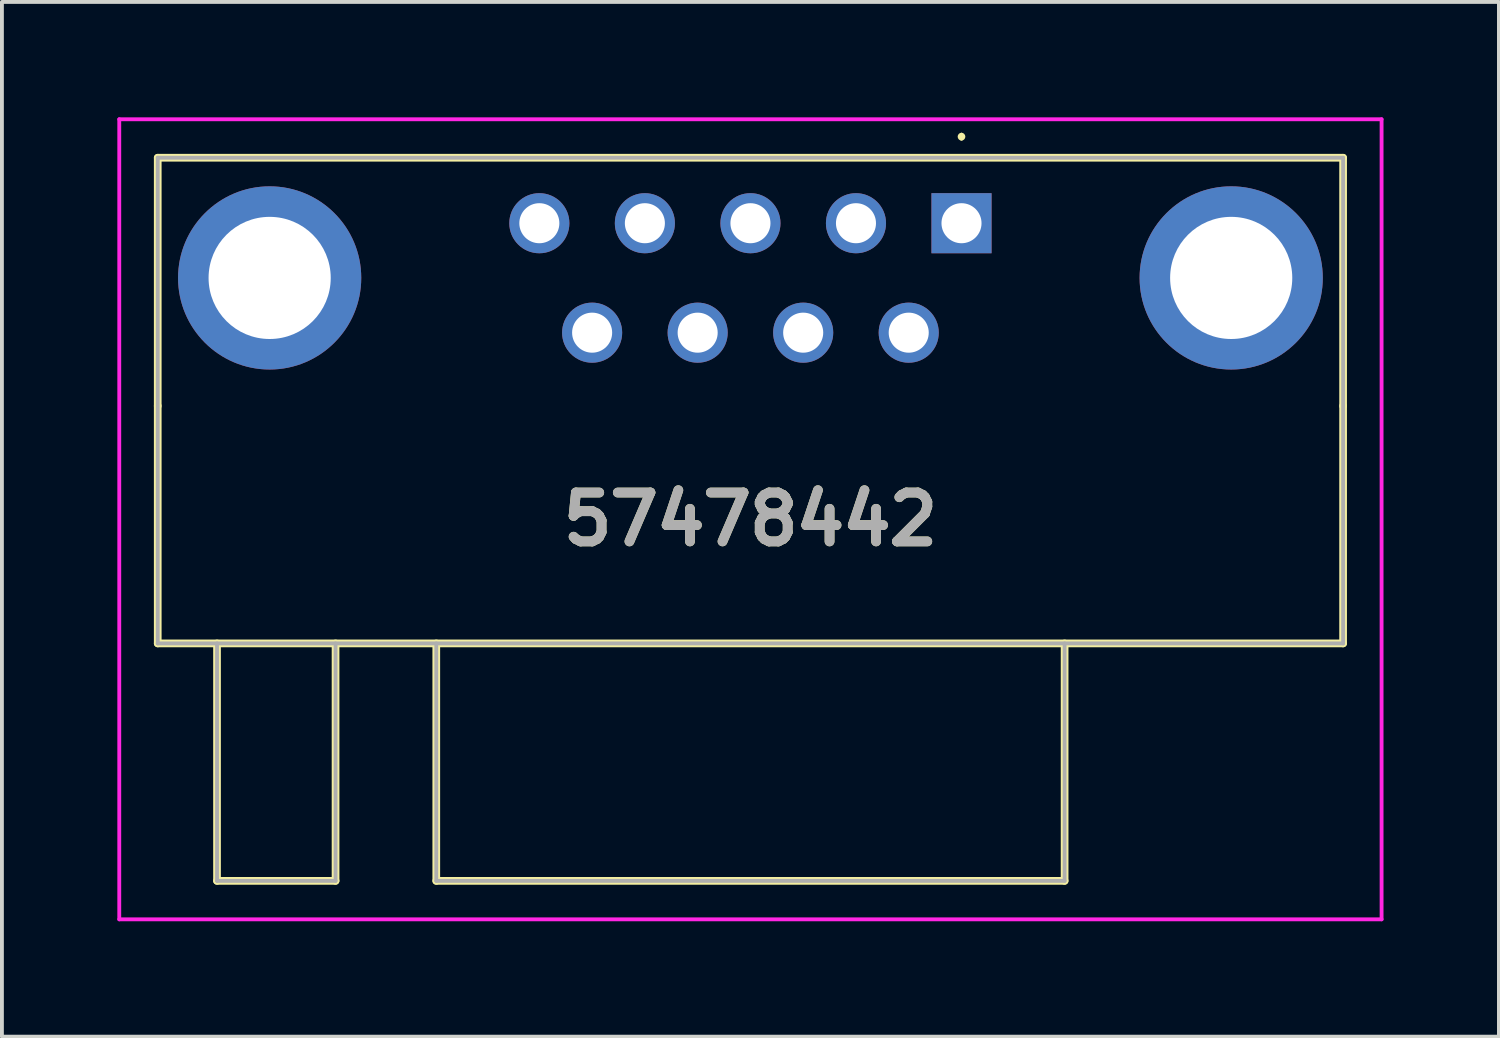
<source format=kicad_pcb>
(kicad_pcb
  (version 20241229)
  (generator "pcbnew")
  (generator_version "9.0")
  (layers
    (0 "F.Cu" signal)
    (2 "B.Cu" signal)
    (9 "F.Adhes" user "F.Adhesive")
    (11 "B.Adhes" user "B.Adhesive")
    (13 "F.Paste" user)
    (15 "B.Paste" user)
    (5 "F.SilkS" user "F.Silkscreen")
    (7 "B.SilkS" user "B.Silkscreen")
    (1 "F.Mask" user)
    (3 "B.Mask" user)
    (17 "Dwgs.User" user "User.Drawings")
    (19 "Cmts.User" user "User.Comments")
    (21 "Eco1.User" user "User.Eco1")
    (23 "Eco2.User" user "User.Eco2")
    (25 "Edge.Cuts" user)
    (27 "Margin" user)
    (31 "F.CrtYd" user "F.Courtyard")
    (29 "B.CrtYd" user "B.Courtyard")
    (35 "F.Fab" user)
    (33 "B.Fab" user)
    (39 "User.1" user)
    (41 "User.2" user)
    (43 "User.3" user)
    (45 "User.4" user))
  (footprint "57478442"
    (layer "F.Cu")
    (at 21.942 2.752)
    (property "Reference" "57478442" (at -5.486 7.696 0) (layer "F.SilkS") (effects (font (size 1.27 1.27) (thickness 0.254))))
    (attr through_hole)
    (fp_line (start -20.892 -1.702) (end -20.892 4.75) (stroke (width 0.2) (type solid)) (layer "F.SilkS"))
    (fp_line (start -20.892 4.75) (end -20.892 10.922) (stroke (width 0.2) (type solid)) (layer "F.SilkS"))
    (fp_line (start -20.892 10.922) (end 9.919 10.922) (stroke (width 0.2) (type solid)) (layer "F.SilkS"))
    (fp_line (start -19.351 17.094) (end -19.351 10.922) (stroke (width 0.2) (type solid)) (layer "F.SilkS"))
    (fp_line (start -16.27 10.922) (end -16.27 17.094) (stroke (width 0.2) (type solid)) (layer "F.SilkS"))
    (fp_line (start -16.27 17.094) (end -19.351 17.094) (stroke (width 0.2) (type solid)) (layer "F.SilkS"))
    (fp_line (start -13.652 10.922) (end -13.652 17.094) (stroke (width 0.2) (type solid)) (layer "F.SilkS"))
    (fp_line (start -13.652 17.094) (end 2.68 17.094) (stroke (width 0.2) (type solid)) (layer "F.SilkS"))
    (fp_line (start 0 -2.3) (end 0 -2.3) (stroke (width 0.1) (type solid)) (layer "F.SilkS"))
    (fp_line (start 0 -2.2) (end 0 -2.2) (stroke (width 0.1) (type solid)) (layer "F.SilkS"))
    (fp_line (start 2.68 17.094) (end 2.68 10.922) (stroke (width 0.2) (type solid)) (layer "F.SilkS"))
    (fp_line (start 9.919 -1.702) (end -20.892 -1.702) (stroke (width 0.2) (type solid)) (layer "F.SilkS"))
    (fp_line (start 9.919 4.75) (end 9.919 -1.702) (stroke (width 0.2) (type solid)) (layer "F.SilkS"))
    (fp_line (start 9.919 10.922) (end 9.919 4.75) (stroke (width 0.2) (type solid)) (layer "F.SilkS"))
    (fp_arc (start 0 -2.3) (mid 0.05 -2.25) (end 0 -2.2) (stroke (width 0.1) (type solid)) (layer "F.SilkS"))
    (fp_arc (start 0 -2.2) (mid -0.05 -2.25) (end 0 -2.3) (stroke (width 0.1) (type solid)) (layer "F.SilkS"))
    (fp_line (start -21.892 -2.702) (end 10.919 -2.702) (stroke (width 0.1) (type solid)) (layer "F.CrtYd"))
    (fp_line (start -21.892 18.094) (end -21.892 -2.702) (stroke (width 0.1) (type solid)) (layer "F.CrtYd"))
    (fp_line (start 10.919 -2.702) (end 10.919 18.094) (stroke (width 0.1) (type solid)) (layer "F.CrtYd"))
    (fp_line (start 10.919 18.094) (end -21.892 18.094) (stroke (width 0.1) (type solid)) (layer "F.CrtYd"))
    (fp_line (start -20.892 -1.702) (end 9.919 -1.702) (stroke (width 0.1) (type solid)) (layer "F.Fab"))
    (fp_line (start -20.892 10.922) (end -20.892 -1.702) (stroke (width 0.1) (type solid)) (layer "F.Fab"))
    (fp_line (start -19.351 17.094) (end -19.351 10.922) (stroke (width 0.1) (type solid)) (layer "F.Fab"))
    (fp_line (start -16.27 10.922) (end -16.27 17.094) (stroke (width 0.1) (type solid)) (layer "F.Fab"))
    (fp_line (start -16.27 17.094) (end -19.351 17.094) (stroke (width 0.1) (type solid)) (layer "F.Fab"))
    (fp_line (start -13.652 17.094) (end -13.652 10.922) (stroke (width 0.1) (type solid)) (layer "F.Fab"))
    (fp_line (start 2.68 10.922) (end 2.68 17.094) (stroke (width 0.1) (type solid)) (layer "F.Fab"))
    (fp_line (start 2.68 17.094) (end -13.652 17.094) (stroke (width 0.1) (type solid)) (layer "F.Fab"))
    (fp_line (start 9.919 -1.702) (end 9.919 10.922) (stroke (width 0.1) (type solid)) (layer "F.Fab"))
    (fp_line (start 9.919 10.922) (end -20.892 10.922) (stroke (width 0.1) (type solid)) (layer "F.Fab"))
    (fp_text user "${REFERENCE}" (at -5.486 7.696 0) (layer "F.Fab") (effects (font (size 1.27 1.27) (thickness 0.254))))
    (pad "1" thru_hole rect (at 0 0) (size 1.562 1.562) (drill 1.041) (layers "*.Cu" "*.Mask"))
    (pad "2" thru_hole circle (at -2.743 0) (size 1.562 1.562) (drill 1.041) (layers "*.Cu" "*.Mask"))
    (pad "3" thru_hole circle (at -5.486 0) (size 1.562 1.562) (drill 1.041) (layers "*.Cu" "*.Mask"))
    (pad "4" thru_hole circle (at -8.23 0) (size 1.562 1.562) (drill 1.041) (layers "*.Cu" "*.Mask"))
    (pad "5" thru_hole circle (at -10.973 0) (size 1.562 1.562) (drill 1.041) (layers "*.Cu" "*.Mask"))
    (pad "6" thru_hole circle (at -1.372 2.845) (size 1.562 1.562) (drill 1.041) (layers "*.Cu" "*.Mask"))
    (pad "7" thru_hole circle (at -4.115 2.845) (size 1.562 1.562) (drill 1.041) (layers "*.Cu" "*.Mask"))
    (pad "8" thru_hole circle (at -6.858 2.845) (size 1.562 1.562) (drill 1.041) (layers "*.Cu" "*.Mask"))
    (pad "9" thru_hole circle (at -9.601 2.845) (size 1.562 1.562) (drill 1.041) (layers "*.Cu" "*.Mask"))
    (pad "MH1" thru_hole circle (at 7.01 1.422) (size 4.762 4.762) (drill 3.175) (layers "*.Cu" "*.Mask"))
    (pad "MH2" thru_hole circle (at -17.983 1.422) (size 4.762 4.762) (drill 3.175) (layers "*.Cu" "*.Mask")))
  (gr_rect
    (start -3 -3)
    (end 35.911 23.896)
    (stroke (width 0.1) (type default))
    (fill no)
    (layer "Edge.Cuts")))
</source>
